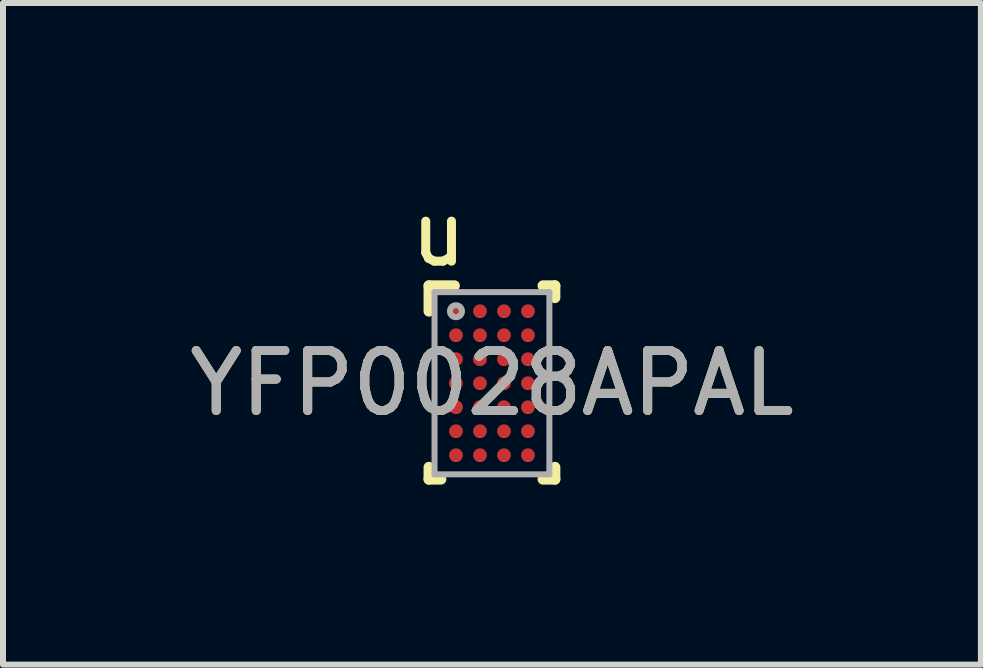
<source format=kicad_pcb>
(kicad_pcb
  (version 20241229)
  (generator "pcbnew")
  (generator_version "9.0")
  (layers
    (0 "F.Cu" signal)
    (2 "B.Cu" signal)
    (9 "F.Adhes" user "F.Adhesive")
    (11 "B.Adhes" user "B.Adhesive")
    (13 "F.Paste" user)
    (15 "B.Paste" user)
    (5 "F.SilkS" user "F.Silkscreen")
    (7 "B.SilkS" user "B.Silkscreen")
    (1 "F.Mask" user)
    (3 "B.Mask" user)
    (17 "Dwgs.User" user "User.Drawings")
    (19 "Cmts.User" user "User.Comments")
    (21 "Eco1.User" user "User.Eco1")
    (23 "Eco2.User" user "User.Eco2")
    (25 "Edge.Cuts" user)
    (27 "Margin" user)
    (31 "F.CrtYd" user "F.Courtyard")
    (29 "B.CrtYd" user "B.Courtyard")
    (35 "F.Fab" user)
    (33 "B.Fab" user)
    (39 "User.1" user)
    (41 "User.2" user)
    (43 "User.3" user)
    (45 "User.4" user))
  (footprint "YFP0028APAL"
    (layer "F.Cu")
    (at 5.149 3.337)
    (property "Reference" "YFP0028APAL" (at 0 0 0) (unlocked yes) (layer "F.SilkS") (effects (font (size 1 1) (thickness 0.15))))
    (attr smd)
    (fp_line (start -1.05 -1.625) (end -0.625 -1.625) (stroke (width 0.18) (type solid)) (layer "F.SilkS"))
    (fp_line (start -1.05 -1.2) (end -1.05 -1.625) (stroke (width 0.18) (type solid)) (layer "F.SilkS"))
    (fp_line (start -1.05 1.6) (end -1.05 1.4) (stroke (width 0.18) (type solid)) (layer "F.SilkS"))
    (fp_line (start -1.05 1.6) (end -0.85 1.6) (stroke (width 0.18) (type solid)) (layer "F.SilkS"))
    (fp_line (start 0.85 -1.625) (end 1.05 -1.625) (stroke (width 0.18) (type solid)) (layer "F.SilkS"))
    (fp_line (start 0.85 1.6) (end 1.05 1.6) (stroke (width 0.18) (type solid)) (layer "F.SilkS"))
    (fp_line (start 1.05 -1.425) (end 1.05 -1.625) (stroke (width 0.18) (type solid)) (layer "F.SilkS"))
    (fp_line (start 1.05 1.6) (end 1.05 1.4) (stroke (width 0.18) (type solid)) (layer "F.SilkS"))
    (fp_circle (center -0.675 0.725) (end -0.65 0.725) (stroke (width 0.05) (type solid)) (fill no) (layer "F.Paste"))
    (fp_circle (center -0.675 0.875) (end -0.65 0.875) (stroke (width 0.05) (type solid)) (fill no) (layer "F.Paste"))
    (fp_circle (center -0.675 1.125) (end -0.65 1.125) (stroke (width 0.05) (type solid)) (fill no) (layer "F.Paste"))
    (fp_circle (center -0.675 1.275) (end -0.65 1.275) (stroke (width 0.05) (type solid)) (fill no) (layer "F.Paste"))
    (fp_circle (center -0.675 -1.275) (end -0.65 -1.275) (stroke (width 0.05) (type solid)) (fill no) (layer "F.Paste"))
    (fp_circle (center -0.675 -1.125) (end -0.65 -1.125) (stroke (width 0.05) (type solid)) (fill no) (layer "F.Paste"))
    (fp_circle (center -0.675 -0.875) (end -0.65 -0.875) (stroke (width 0.05) (type solid)) (fill no) (layer "F.Paste"))
    (fp_circle (center -0.675 -0.725) (end -0.65 -0.725) (stroke (width 0.05) (type solid)) (fill no) (layer "F.Paste"))
    (fp_circle (center -0.675 -0.475) (end -0.65 -0.475) (stroke (width 0.05) (type solid)) (fill no) (layer "F.Paste"))
    (fp_circle (center -0.675 -0.325) (end -0.65 -0.325) (stroke (width 0.05) (type solid)) (fill no) (layer "F.Paste"))
    (fp_circle (center -0.675 -0.075) (end -0.65 -0.075) (stroke (width 0.05) (type solid)) (fill no) (layer "F.Paste"))
    (fp_circle (center -0.675 0.075) (end -0.65 0.075) (stroke (width 0.05) (type solid)) (fill no) (layer "F.Paste"))
    (fp_circle (center -0.675 0.325) (end -0.65 0.325) (stroke (width 0.05) (type solid)) (fill no) (layer "F.Paste"))
    (fp_circle (center -0.675 0.475) (end -0.65 0.475) (stroke (width 0.05) (type solid)) (fill no) (layer "F.Paste"))
    (fp_circle (center -0.525 0.725) (end -0.5 0.725) (stroke (width 0.05) (type solid)) (fill no) (layer "F.Paste"))
    (fp_circle (center -0.525 0.875) (end -0.5 0.875) (stroke (width 0.05) (type solid)) (fill no) (layer "F.Paste"))
    (fp_circle (center -0.525 1.125) (end -0.5 1.125) (stroke (width 0.05) (type solid)) (fill no) (layer "F.Paste"))
    (fp_circle (center -0.525 1.275) (end -0.5 1.275) (stroke (width 0.05) (type solid)) (fill no) (layer "F.Paste"))
    (fp_circle (center -0.525 -1.275) (end -0.5 -1.275) (stroke (width 0.05) (type solid)) (fill no) (layer "F.Paste"))
    (fp_circle (center -0.525 -1.125) (end -0.5 -1.125) (stroke (width 0.05) (type solid)) (fill no) (layer "F.Paste"))
    (fp_circle (center -0.525 -0.875) (end -0.5 -0.875) (stroke (width 0.05) (type solid)) (fill no) (layer "F.Paste"))
    (fp_circle (center -0.525 -0.725) (end -0.5 -0.725) (stroke (width 0.05) (type solid)) (fill no) (layer "F.Paste"))
    (fp_circle (center -0.525 -0.475) (end -0.5 -0.475) (stroke (width 0.05) (type solid)) (fill no) (layer "F.Paste"))
    (fp_circle (center -0.525 -0.325) (end -0.5 -0.325) (stroke (width 0.05) (type solid)) (fill no) (layer "F.Paste"))
    (fp_circle (center -0.525 -0.075) (end -0.5 -0.075) (stroke (width 0.05) (type solid)) (fill no) (layer "F.Paste"))
    (fp_circle (center -0.525 0.075) (end -0.5 0.075) (stroke (width 0.05) (type solid)) (fill no) (layer "F.Paste"))
    (fp_circle (center -0.525 0.325) (end -0.5 0.325) (stroke (width 0.05) (type solid)) (fill no) (layer "F.Paste"))
    (fp_circle (center -0.525 0.475) (end -0.5 0.475) (stroke (width 0.05) (type solid)) (fill no) (layer "F.Paste"))
    (fp_circle (center -0.275 0.725) (end -0.25 0.725) (stroke (width 0.05) (type solid)) (fill no) (layer "F.Paste"))
    (fp_circle (center -0.275 0.875) (end -0.25 0.875) (stroke (width 0.05) (type solid)) (fill no) (layer "F.Paste"))
    (fp_circle (center -0.275 1.125) (end -0.25 1.125) (stroke (width 0.05) (type solid)) (fill no) (layer "F.Paste"))
    (fp_circle (center -0.275 1.275) (end -0.25 1.275) (stroke (width 0.05) (type solid)) (fill no) (layer "F.Paste"))
    (fp_circle (center -0.275 -1.275) (end -0.25 -1.275) (stroke (width 0.05) (type solid)) (fill no) (layer "F.Paste"))
    (fp_circle (center -0.275 -1.125) (end -0.25 -1.125) (stroke (width 0.05) (type solid)) (fill no) (layer "F.Paste"))
    (fp_circle (center -0.275 -0.875) (end -0.25 -0.875) (stroke (width 0.05) (type solid)) (fill no) (layer "F.Paste"))
    (fp_circle (center -0.275 -0.725) (end -0.25 -0.725) (stroke (width 0.05) (type solid)) (fill no) (layer "F.Paste"))
    (fp_circle (center -0.275 -0.475) (end -0.25 -0.475) (stroke (width 0.05) (type solid)) (fill no) (layer "F.Paste"))
    (fp_circle (center -0.275 -0.325) (end -0.25 -0.325) (stroke (width 0.05) (type solid)) (fill no) (layer "F.Paste"))
    (fp_circle (center -0.275 -0.075) (end -0.25 -0.075) (stroke (width 0.05) (type solid)) (fill no) (layer "F.Paste"))
    (fp_circle (center -0.275 0.075) (end -0.25 0.075) (stroke (width 0.05) (type solid)) (fill no) (layer "F.Paste"))
    (fp_circle (center -0.275 0.325) (end -0.25 0.325) (stroke (width 0.05) (type solid)) (fill no) (layer "F.Paste"))
    (fp_circle (center -0.275 0.475) (end -0.25 0.475) (stroke (width 0.05) (type solid)) (fill no) (layer "F.Paste"))
    (fp_circle (center -0.125 0.725) (end -0.1 0.725) (stroke (width 0.05) (type solid)) (fill no) (layer "F.Paste"))
    (fp_circle (center -0.125 0.875) (end -0.1 0.875) (stroke (width 0.05) (type solid)) (fill no) (layer "F.Paste"))
    (fp_circle (center -0.125 1.125) (end -0.1 1.125) (stroke (width 0.05) (type solid)) (fill no) (layer "F.Paste"))
    (fp_circle (center -0.125 1.275) (end -0.1 1.275) (stroke (width 0.05) (type solid)) (fill no) (layer "F.Paste"))
    (fp_circle (center -0.125 -1.275) (end -0.1 -1.275) (stroke (width 0.05) (type solid)) (fill no) (layer "F.Paste"))
    (fp_circle (center -0.125 -1.125) (end -0.1 -1.125) (stroke (width 0.05) (type solid)) (fill no) (layer "F.Paste"))
    (fp_circle (center -0.125 -0.875) (end -0.1 -0.875) (stroke (width 0.05) (type solid)) (fill no) (layer "F.Paste"))
    (fp_circle (center -0.125 -0.725) (end -0.1 -0.725) (stroke (width 0.05) (type solid)) (fill no) (layer "F.Paste"))
    (fp_circle (center -0.125 -0.475) (end -0.1 -0.475) (stroke (width 0.05) (type solid)) (fill no) (layer "F.Paste"))
    (fp_circle (center -0.125 -0.325) (end -0.1 -0.325) (stroke (width 0.05) (type solid)) (fill no) (layer "F.Paste"))
    (fp_circle (center -0.125 -0.075) (end -0.1 -0.075) (stroke (width 0.05) (type solid)) (fill no) (layer "F.Paste"))
    (fp_circle (center -0.125 0.075) (end -0.1 0.075) (stroke (width 0.05) (type solid)) (fill no) (layer "F.Paste"))
    (fp_circle (center -0.125 0.325) (end -0.1 0.325) (stroke (width 0.05) (type solid)) (fill no) (layer "F.Paste"))
    (fp_circle (center -0.125 0.475) (end -0.1 0.475) (stroke (width 0.05) (type solid)) (fill no) (layer "F.Paste"))
    (fp_circle (center 0.125 0.725) (end 0.15 0.725) (stroke (width 0.05) (type solid)) (fill no) (layer "F.Paste"))
    (fp_circle (center 0.125 0.875) (end 0.15 0.875) (stroke (width 0.05) (type solid)) (fill no) (layer "F.Paste"))
    (fp_circle (center 0.125 1.125) (end 0.15 1.125) (stroke (width 0.05) (type solid)) (fill no) (layer "F.Paste"))
    (fp_circle (center 0.125 1.275) (end 0.15 1.275) (stroke (width 0.05) (type solid)) (fill no) (layer "F.Paste"))
    (fp_circle (center 0.125 -1.275) (end 0.15 -1.275) (stroke (width 0.05) (type solid)) (fill no) (layer "F.Paste"))
    (fp_circle (center 0.125 -1.125) (end 0.15 -1.125) (stroke (width 0.05) (type solid)) (fill no) (layer "F.Paste"))
    (fp_circle (center 0.125 -0.875) (end 0.15 -0.875) (stroke (width 0.05) (type solid)) (fill no) (layer "F.Paste"))
    (fp_circle (center 0.125 -0.725) (end 0.15 -0.725) (stroke (width 0.05) (type solid)) (fill no) (layer "F.Paste"))
    (fp_circle (center 0.125 -0.475) (end 0.15 -0.475) (stroke (width 0.05) (type solid)) (fill no) (layer "F.Paste"))
    (fp_circle (center 0.125 -0.325) (end 0.15 -0.325) (stroke (width 0.05) (type solid)) (fill no) (layer "F.Paste"))
    (fp_circle (center 0.125 -0.075) (end 0.15 -0.075) (stroke (width 0.05) (type solid)) (fill no) (layer "F.Paste"))
    (fp_circle (center 0.125 0.075) (end 0.15 0.075) (stroke (width 0.05) (type solid)) (fill no) (layer "F.Paste"))
    (fp_circle (center 0.125 0.325) (end 0.15 0.325) (stroke (width 0.05) (type solid)) (fill no) (layer "F.Paste"))
    (fp_circle (center 0.125 0.475) (end 0.15 0.475) (stroke (width 0.05) (type solid)) (fill no) (layer "F.Paste"))
    (fp_circle (center 0.275 0.725) (end 0.3 0.725) (stroke (width 0.05) (type solid)) (fill no) (layer "F.Paste"))
    (fp_circle (center 0.275 0.875) (end 0.3 0.875) (stroke (width 0.05) (type solid)) (fill no) (layer "F.Paste"))
    (fp_circle (center 0.275 1.125) (end 0.3 1.125) (stroke (width 0.05) (type solid)) (fill no) (layer "F.Paste"))
    (fp_circle (center 0.275 1.275) (end 0.3 1.275) (stroke (width 0.05) (type solid)) (fill no) (layer "F.Paste"))
    (fp_circle (center 0.275 -1.275) (end 0.3 -1.275) (stroke (width 0.05) (type solid)) (fill no) (layer "F.Paste"))
    (fp_circle (center 0.275 -1.125) (end 0.3 -1.125) (stroke (width 0.05) (type solid)) (fill no) (layer "F.Paste"))
    (fp_circle (center 0.275 -0.875) (end 0.3 -0.875) (stroke (width 0.05) (type solid)) (fill no) (layer "F.Paste"))
    (fp_circle (center 0.275 -0.725) (end 0.3 -0.725) (stroke (width 0.05) (type solid)) (fill no) (layer "F.Paste"))
    (fp_circle (center 0.275 -0.475) (end 0.3 -0.475) (stroke (width 0.05) (type solid)) (fill no) (layer "F.Paste"))
    (fp_circle (center 0.275 -0.325) (end 0.3 -0.325) (stroke (width 0.05) (type solid)) (fill no) (layer "F.Paste"))
    (fp_circle (center 0.275 -0.075) (end 0.3 -0.075) (stroke (width 0.05) (type solid)) (fill no) (layer "F.Paste"))
    (fp_circle (center 0.275 0.075) (end 0.3 0.075) (stroke (width 0.05) (type solid)) (fill no) (layer "F.Paste"))
    (fp_circle (center 0.275 0.325) (end 0.3 0.325) (stroke (width 0.05) (type solid)) (fill no) (layer "F.Paste"))
    (fp_circle (center 0.275 0.475) (end 0.3 0.475) (stroke (width 0.05) (type solid)) (fill no) (layer "F.Paste"))
    (fp_circle (center 0.525 0.725) (end 0.55 0.725) (stroke (width 0.05) (type solid)) (fill no) (layer "F.Paste"))
    (fp_circle (center 0.525 0.875) (end 0.55 0.875) (stroke (width 0.05) (type solid)) (fill no) (layer "F.Paste"))
    (fp_circle (center 0.525 1.125) (end 0.55 1.125) (stroke (width 0.05) (type solid)) (fill no) (layer "F.Paste"))
    (fp_circle (center 0.525 1.275) (end 0.55 1.275) (stroke (width 0.05) (type solid)) (fill no) (layer "F.Paste"))
    (fp_circle (center 0.525 -1.275) (end 0.55 -1.275) (stroke (width 0.05) (type solid)) (fill no) (layer "F.Paste"))
    (fp_circle (center 0.525 -1.125) (end 0.55 -1.125) (stroke (width 0.05) (type solid)) (fill no) (layer "F.Paste"))
    (fp_circle (center 0.525 -0.875) (end 0.55 -0.875) (stroke (width 0.05) (type solid)) (fill no) (layer "F.Paste"))
    (fp_circle (center 0.525 -0.725) (end 0.55 -0.725) (stroke (width 0.05) (type solid)) (fill no) (layer "F.Paste"))
    (fp_circle (center 0.525 -0.475) (end 0.55 -0.475) (stroke (width 0.05) (type solid)) (fill no) (layer "F.Paste"))
    (fp_circle (center 0.525 -0.325) (end 0.55 -0.325) (stroke (width 0.05) (type solid)) (fill no) (layer "F.Paste"))
    (fp_circle (center 0.525 -0.075) (end 0.55 -0.075) (stroke (width 0.05) (type solid)) (fill no) (layer "F.Paste"))
    (fp_circle (center 0.525 0.075) (end 0.55 0.075) (stroke (width 0.05) (type solid)) (fill no) (layer "F.Paste"))
    (fp_circle (center 0.525 0.325) (end 0.55 0.325) (stroke (width 0.05) (type solid)) (fill no) (layer "F.Paste"))
    (fp_circle (center 0.525 0.475) (end 0.55 0.475) (stroke (width 0.05) (type solid)) (fill no) (layer "F.Paste"))
    (fp_circle (center 0.675 0.725) (end 0.7 0.725) (stroke (width 0.05) (type solid)) (fill no) (layer "F.Paste"))
    (fp_circle (center 0.675 0.875) (end 0.7 0.875) (stroke (width 0.05) (type solid)) (fill no) (layer "F.Paste"))
    (fp_circle (center 0.675 1.125) (end 0.7 1.125) (stroke (width 0.05) (type solid)) (fill no) (layer "F.Paste"))
    (fp_circle (center 0.675 1.275) (end 0.7 1.275) (stroke (width 0.05) (type solid)) (fill no) (layer "F.Paste"))
    (fp_circle (center 0.675 -1.275) (end 0.7 -1.275) (stroke (width 0.05) (type solid)) (fill no) (layer "F.Paste"))
    (fp_circle (center 0.675 -1.125) (end 0.7 -1.125) (stroke (width 0.05) (type solid)) (fill no) (layer "F.Paste"))
    (fp_circle (center 0.675 -0.875) (end 0.7 -0.875) (stroke (width 0.05) (type solid)) (fill no) (layer "F.Paste"))
    (fp_circle (center 0.675 -0.725) (end 0.7 -0.725) (stroke (width 0.05) (type solid)) (fill no) (layer "F.Paste"))
    (fp_circle (center 0.675 -0.475) (end 0.7 -0.475) (stroke (width 0.05) (type solid)) (fill no) (layer "F.Paste"))
    (fp_circle (center 0.675 -0.325) (end 0.7 -0.325) (stroke (width 0.05) (type solid)) (fill no) (layer "F.Paste"))
    (fp_circle (center 0.675 -0.075) (end 0.7 -0.075) (stroke (width 0.05) (type solid)) (fill no) (layer "F.Paste"))
    (fp_circle (center 0.675 0.075) (end 0.7 0.075) (stroke (width 0.05) (type solid)) (fill no) (layer "F.Paste"))
    (fp_circle (center 0.675 0.325) (end 0.7 0.325) (stroke (width 0.05) (type solid)) (fill no) (layer "F.Paste"))
    (fp_circle (center 0.675 0.475) (end 0.7 0.475) (stroke (width 0.05) (type solid)) (fill no) (layer "F.Paste"))
    (fp_poly (pts (xy -0.725 0.725) (xy -0.725 0.875) (xy -0.675 0.875) (xy -0.675 0.725)) (stroke (width 0) (type solid)) (fill yes) (layer "F.Paste"))
    (fp_poly (pts (xy -0.725 1.125) (xy -0.725 1.275) (xy -0.675 1.275) (xy -0.675 1.125)) (stroke (width 0) (type solid)) (fill yes) (layer "F.Paste"))
    (fp_poly (pts (xy -0.725 -1.275) (xy -0.725 -1.125) (xy -0.675 -1.125) (xy -0.675 -1.275)) (stroke (width 0) (type solid)) (fill yes) (layer "F.Paste"))
    (fp_poly (pts (xy -0.725 -0.875) (xy -0.725 -0.725) (xy -0.675 -0.725) (xy -0.675 -0.875)) (stroke (width 0) (type solid)) (fill yes) (layer "F.Paste"))
    (fp_poly (pts (xy -0.725 -0.475) (xy -0.725 -0.325) (xy -0.675 -0.325) (xy -0.675 -0.475)) (stroke (width 0) (type solid)) (fill yes) (layer "F.Paste"))
    (fp_poly (pts (xy -0.725 -0.075) (xy -0.725 0.075) (xy -0.675 0.075) (xy -0.675 -0.075)) (stroke (width 0) (type solid)) (fill yes) (layer "F.Paste"))
    (fp_poly (pts (xy -0.725 0.325) (xy -0.725 0.475) (xy -0.675 0.475) (xy -0.675 0.325)) (stroke (width 0) (type solid)) (fill yes) (layer "F.Paste"))
    (fp_poly (pts (xy -0.675 0.725) (xy -0.675 0.875) (xy -0.525 0.875) (xy -0.525 0.725)) (stroke (width 0) (type solid)) (fill yes) (layer "F.Paste"))
    (fp_poly (pts (xy -0.675 0.925) (xy -0.525 0.925) (xy -0.525 0.875) (xy -0.675 0.875)) (stroke (width 0) (type solid)) (fill yes) (layer "F.Paste"))
    (fp_poly (pts (xy -0.675 1.125) (xy -0.675 1.275) (xy -0.525 1.275) (xy -0.525 1.125)) (stroke (width 0) (type solid)) (fill yes) (layer "F.Paste"))
    (fp_poly (pts (xy -0.675 1.325) (xy -0.525 1.325) (xy -0.525 1.275) (xy -0.675 1.275)) (stroke (width 0) (type solid)) (fill yes) (layer "F.Paste"))
    (fp_poly (pts (xy -0.675 -1.275) (xy -0.675 -1.125) (xy -0.525 -1.125) (xy -0.525 -1.275)) (stroke (width 0) (type solid)) (fill yes) (layer "F.Paste"))
    (fp_poly (pts (xy -0.675 -1.075) (xy -0.525 -1.075) (xy -0.525 -1.125) (xy -0.675 -1.125)) (stroke (width 0) (type solid)) (fill yes) (layer "F.Paste"))
    (fp_poly (pts (xy -0.675 -0.875) (xy -0.675 -0.725) (xy -0.525 -0.725) (xy -0.525 -0.875)) (stroke (width 0) (type solid)) (fill yes) (layer "F.Paste"))
    (fp_poly (pts (xy -0.675 -0.675) (xy -0.525 -0.675) (xy -0.525 -0.725) (xy -0.675 -0.725)) (stroke (width 0) (type solid)) (fill yes) (layer "F.Paste"))
    (fp_poly (pts (xy -0.675 -0.475) (xy -0.675 -0.325) (xy -0.525 -0.325) (xy -0.525 -0.475)) (stroke (width 0) (type solid)) (fill yes) (layer "F.Paste"))
    (fp_poly (pts (xy -0.675 -0.275) (xy -0.525 -0.275) (xy -0.525 -0.325) (xy -0.675 -0.325)) (stroke (width 0) (type solid)) (fill yes) (layer "F.Paste"))
    (fp_poly (pts (xy -0.675 -0.075) (xy -0.675 0.075) (xy -0.525 0.075) (xy -0.525 -0.075)) (stroke (width 0) (type solid)) (fill yes) (layer "F.Paste"))
    (fp_poly (pts (xy -0.675 0.125) (xy -0.525 0.125) (xy -0.525 0.075) (xy -0.675 0.075)) (stroke (width 0) (type solid)) (fill yes) (layer "F.Paste"))
    (fp_poly (pts (xy -0.675 0.325) (xy -0.675 0.475) (xy -0.525 0.475) (xy -0.525 0.325)) (stroke (width 0) (type solid)) (fill yes) (layer "F.Paste"))
    (fp_poly (pts (xy -0.675 0.525) (xy -0.525 0.525) (xy -0.525 0.475) (xy -0.675 0.475)) (stroke (width 0) (type solid)) (fill yes) (layer "F.Paste"))
    (fp_poly (pts (xy -0.525 0.675) (xy -0.675 0.675) (xy -0.675 0.725) (xy -0.525 0.725)) (stroke (width 0) (type solid)) (fill yes) (layer "F.Paste"))
    (fp_poly (pts (xy -0.525 1.075) (xy -0.675 1.075) (xy -0.675 1.125) (xy -0.525 1.125)) (stroke (width 0) (type solid)) (fill yes) (layer "F.Paste"))
    (fp_poly (pts (xy -0.525 -1.325) (xy -0.675 -1.325) (xy -0.675 -1.275) (xy -0.525 -1.275)) (stroke (width 0) (type solid)) (fill yes) (layer "F.Paste"))
    (fp_poly (pts (xy -0.525 -0.925) (xy -0.675 -0.925) (xy -0.675 -0.875) (xy -0.525 -0.875)) (stroke (width 0) (type solid)) (fill yes) (layer "F.Paste"))
    (fp_poly (pts (xy -0.525 -0.525) (xy -0.675 -0.525) (xy -0.675 -0.475) (xy -0.525 -0.475)) (stroke (width 0) (type solid)) (fill yes) (layer "F.Paste"))
    (fp_poly (pts (xy -0.525 -0.125) (xy -0.675 -0.125) (xy -0.675 -0.075) (xy -0.525 -0.075)) (stroke (width 0) (type solid)) (fill yes) (layer "F.Paste"))
    (fp_poly (pts (xy -0.525 0.275) (xy -0.675 0.275) (xy -0.675 0.325) (xy -0.525 0.325)) (stroke (width 0) (type solid)) (fill yes) (layer "F.Paste"))
    (fp_poly (pts (xy -0.475 0.875) (xy -0.475 0.725) (xy -0.525 0.725) (xy -0.525 0.875)) (stroke (width 0) (type solid)) (fill yes) (layer "F.Paste"))
    (fp_poly (pts (xy -0.475 1.275) (xy -0.475 1.125) (xy -0.525 1.125) (xy -0.525 1.275)) (stroke (width 0) (type solid)) (fill yes) (layer "F.Paste"))
    (fp_poly (pts (xy -0.475 -1.125) (xy -0.475 -1.275) (xy -0.525 -1.275) (xy -0.525 -1.125)) (stroke (width 0) (type solid)) (fill yes) (layer "F.Paste"))
    (fp_poly (pts (xy -0.475 -0.725) (xy -0.475 -0.875) (xy -0.525 -0.875) (xy -0.525 -0.725)) (stroke (width 0) (type solid)) (fill yes) (layer "F.Paste"))
    (fp_poly (pts (xy -0.475 -0.325) (xy -0.475 -0.475) (xy -0.525 -0.475) (xy -0.525 -0.325)) (stroke (width 0) (type solid)) (fill yes) (layer "F.Paste"))
    (fp_poly (pts (xy -0.475 0.075) (xy -0.475 -0.075) (xy -0.525 -0.075) (xy -0.525 0.075)) (stroke (width 0) (type solid)) (fill yes) (layer "F.Paste"))
    (fp_poly (pts (xy -0.475 0.475) (xy -0.475 0.325) (xy -0.525 0.325) (xy -0.525 0.475)) (stroke (width 0) (type solid)) (fill yes) (layer "F.Paste"))
    (fp_poly (pts (xy -0.325 0.725) (xy -0.325 0.875) (xy -0.275 0.875) (xy -0.275 0.725)) (stroke (width 0) (type solid)) (fill yes) (layer "F.Paste"))
    (fp_poly (pts (xy -0.325 1.125) (xy -0.325 1.275) (xy -0.275 1.275) (xy -0.275 1.125)) (stroke (width 0) (type solid)) (fill yes) (layer "F.Paste"))
    (fp_poly (pts (xy -0.325 -1.275) (xy -0.325 -1.125) (xy -0.275 -1.125) (xy -0.275 -1.275)) (stroke (width 0) (type solid)) (fill yes) (layer "F.Paste"))
    (fp_poly (pts (xy -0.325 -0.875) (xy -0.325 -0.725) (xy -0.275 -0.725) (xy -0.275 -0.875)) (stroke (width 0) (type solid)) (fill yes) (layer "F.Paste"))
    (fp_poly (pts (xy -0.325 -0.475) (xy -0.325 -0.325) (xy -0.275 -0.325) (xy -0.275 -0.475)) (stroke (width 0) (type solid)) (fill yes) (layer "F.Paste"))
    (fp_poly (pts (xy -0.325 -0.075) (xy -0.325 0.075) (xy -0.275 0.075) (xy -0.275 -0.075)) (stroke (width 0) (type solid)) (fill yes) (layer "F.Paste"))
    (fp_poly (pts (xy -0.325 0.325) (xy -0.325 0.475) (xy -0.275 0.475) (xy -0.275 0.325)) (stroke (width 0) (type solid)) (fill yes) (layer "F.Paste"))
    (fp_poly (pts (xy -0.275 0.725) (xy -0.275 0.875) (xy -0.125 0.875) (xy -0.125 0.725)) (stroke (width 0) (type solid)) (fill yes) (layer "F.Paste"))
    (fp_poly (pts (xy -0.275 0.925) (xy -0.125 0.925) (xy -0.125 0.875) (xy -0.275 0.875)) (stroke (width 0) (type solid)) (fill yes) (layer "F.Paste"))
    (fp_poly (pts (xy -0.275 1.125) (xy -0.275 1.275) (xy -0.125 1.275) (xy -0.125 1.125)) (stroke (width 0) (type solid)) (fill yes) (layer "F.Paste"))
    (fp_poly (pts (xy -0.275 1.325) (xy -0.125 1.325) (xy -0.125 1.275) (xy -0.275 1.275)) (stroke (width 0) (type solid)) (fill yes) (layer "F.Paste"))
    (fp_poly (pts (xy -0.275 -1.275) (xy -0.275 -1.125) (xy -0.125 -1.125) (xy -0.125 -1.275)) (stroke (width 0) (type solid)) (fill yes) (layer "F.Paste"))
    (fp_poly (pts (xy -0.275 -1.075) (xy -0.125 -1.075) (xy -0.125 -1.125) (xy -0.275 -1.125)) (stroke (width 0) (type solid)) (fill yes) (layer "F.Paste"))
    (fp_poly (pts (xy -0.275 -0.875) (xy -0.275 -0.725) (xy -0.125 -0.725) (xy -0.125 -0.875)) (stroke (width 0) (type solid)) (fill yes) (layer "F.Paste"))
    (fp_poly (pts (xy -0.275 -0.675) (xy -0.125 -0.675) (xy -0.125 -0.725) (xy -0.275 -0.725)) (stroke (width 0) (type solid)) (fill yes) (layer "F.Paste"))
    (fp_poly (pts (xy -0.275 -0.475) (xy -0.275 -0.325) (xy -0.125 -0.325) (xy -0.125 -0.475)) (stroke (width 0) (type solid)) (fill yes) (layer "F.Paste"))
    (fp_poly (pts (xy -0.275 -0.275) (xy -0.125 -0.275) (xy -0.125 -0.325) (xy -0.275 -0.325)) (stroke (width 0) (type solid)) (fill yes) (layer "F.Paste"))
    (fp_poly (pts (xy -0.275 -0.075) (xy -0.275 0.075) (xy -0.125 0.075) (xy -0.125 -0.075)) (stroke (width 0) (type solid)) (fill yes) (layer "F.Paste"))
    (fp_poly (pts (xy -0.275 0.125) (xy -0.125 0.125) (xy -0.125 0.075) (xy -0.275 0.075)) (stroke (width 0) (type solid)) (fill yes) (layer "F.Paste"))
    (fp_poly (pts (xy -0.275 0.325) (xy -0.275 0.475) (xy -0.125 0.475) (xy -0.125 0.325)) (stroke (width 0) (type solid)) (fill yes) (layer "F.Paste"))
    (fp_poly (pts (xy -0.275 0.525) (xy -0.125 0.525) (xy -0.125 0.475) (xy -0.275 0.475)) (stroke (width 0) (type solid)) (fill yes) (layer "F.Paste"))
    (fp_poly (pts (xy -0.125 0.675) (xy -0.275 0.675) (xy -0.275 0.725) (xy -0.125 0.725)) (stroke (width 0) (type solid)) (fill yes) (layer "F.Paste"))
    (fp_poly (pts (xy -0.125 1.075) (xy -0.275 1.075) (xy -0.275 1.125) (xy -0.125 1.125)) (stroke (width 0) (type solid)) (fill yes) (layer "F.Paste"))
    (fp_poly (pts (xy -0.125 -1.325) (xy -0.275 -1.325) (xy -0.275 -1.275) (xy -0.125 -1.275)) (stroke (width 0) (type solid)) (fill yes) (layer "F.Paste"))
    (fp_poly (pts (xy -0.125 -0.925) (xy -0.275 -0.925) (xy -0.275 -0.875) (xy -0.125 -0.875)) (stroke (width 0) (type solid)) (fill yes) (layer "F.Paste"))
    (fp_poly (pts (xy -0.125 -0.525) (xy -0.275 -0.525) (xy -0.275 -0.475) (xy -0.125 -0.475)) (stroke (width 0) (type solid)) (fill yes) (layer "F.Paste"))
    (fp_poly (pts (xy -0.125 -0.125) (xy -0.275 -0.125) (xy -0.275 -0.075) (xy -0.125 -0.075)) (stroke (width 0) (type solid)) (fill yes) (layer "F.Paste"))
    (fp_poly (pts (xy -0.125 0.275) (xy -0.275 0.275) (xy -0.275 0.325) (xy -0.125 0.325)) (stroke (width 0) (type solid)) (fill yes) (layer "F.Paste"))
    (fp_poly (pts (xy -0.075 0.875) (xy -0.075 0.725) (xy -0.125 0.725) (xy -0.125 0.875)) (stroke (width 0) (type solid)) (fill yes) (layer "F.Paste"))
    (fp_poly (pts (xy -0.075 1.275) (xy -0.075 1.125) (xy -0.125 1.125) (xy -0.125 1.275)) (stroke (width 0) (type solid)) (fill yes) (layer "F.Paste"))
    (fp_poly (pts (xy -0.075 -1.125) (xy -0.075 -1.275) (xy -0.125 -1.275) (xy -0.125 -1.125)) (stroke (width 0) (type solid)) (fill yes) (layer "F.Paste"))
    (fp_poly (pts (xy -0.075 -0.725) (xy -0.075 -0.875) (xy -0.125 -0.875) (xy -0.125 -0.725)) (stroke (width 0) (type solid)) (fill yes) (layer "F.Paste"))
    (fp_poly (pts (xy -0.075 -0.325) (xy -0.075 -0.475) (xy -0.125 -0.475) (xy -0.125 -0.325)) (stroke (width 0) (type solid)) (fill yes) (layer "F.Paste"))
    (fp_poly (pts (xy -0.075 0.075) (xy -0.075 -0.075) (xy -0.125 -0.075) (xy -0.125 0.075)) (stroke (width 0) (type solid)) (fill yes) (layer "F.Paste"))
    (fp_poly (pts (xy -0.075 0.475) (xy -0.075 0.325) (xy -0.125 0.325) (xy -0.125 0.475)) (stroke (width 0) (type solid)) (fill yes) (layer "F.Paste"))
    (fp_poly (pts (xy 0.075 0.725) (xy 0.075 0.875) (xy 0.125 0.875) (xy 0.125 0.725)) (stroke (width 0) (type solid)) (fill yes) (layer "F.Paste"))
    (fp_poly (pts (xy 0.075 1.125) (xy 0.075 1.275) (xy 0.125 1.275) (xy 0.125 1.125)) (stroke (width 0) (type solid)) (fill yes) (layer "F.Paste"))
    (fp_poly (pts (xy 0.075 -1.275) (xy 0.075 -1.125) (xy 0.125 -1.125) (xy 0.125 -1.275)) (stroke (width 0) (type solid)) (fill yes) (layer "F.Paste"))
    (fp_poly (pts (xy 0.075 -0.875) (xy 0.075 -0.725) (xy 0.125 -0.725) (xy 0.125 -0.875)) (stroke (width 0) (type solid)) (fill yes) (layer "F.Paste"))
    (fp_poly (pts (xy 0.075 -0.475) (xy 0.075 -0.325) (xy 0.125 -0.325) (xy 0.125 -0.475)) (stroke (width 0) (type solid)) (fill yes) (layer "F.Paste"))
    (fp_poly (pts (xy 0.075 -0.075) (xy 0.075 0.075) (xy 0.125 0.075) (xy 0.125 -0.075)) (stroke (width 0) (type solid)) (fill yes) (layer "F.Paste"))
    (fp_poly (pts (xy 0.075 0.325) (xy 0.075 0.475) (xy 0.125 0.475) (xy 0.125 0.325)) (stroke (width 0) (type solid)) (fill yes) (layer "F.Paste"))
    (fp_poly (pts (xy 0.125 0.725) (xy 0.125 0.875) (xy 0.275 0.875) (xy 0.275 0.725)) (stroke (width 0) (type solid)) (fill yes) (layer "F.Paste"))
    (fp_poly (pts (xy 0.125 0.925) (xy 0.275 0.925) (xy 0.275 0.875) (xy 0.125 0.875)) (stroke (width 0) (type solid)) (fill yes) (layer "F.Paste"))
    (fp_poly (pts (xy 0.125 1.125) (xy 0.125 1.275) (xy 0.275 1.275) (xy 0.275 1.125)) (stroke (width 0) (type solid)) (fill yes) (layer "F.Paste"))
    (fp_poly (pts (xy 0.125 1.325) (xy 0.275 1.325) (xy 0.275 1.275) (xy 0.125 1.275)) (stroke (width 0) (type solid)) (fill yes) (layer "F.Paste"))
    (fp_poly (pts (xy 0.125 -1.275) (xy 0.125 -1.125) (xy 0.275 -1.125) (xy 0.275 -1.275)) (stroke (width 0) (type solid)) (fill yes) (layer "F.Paste"))
    (fp_poly (pts (xy 0.125 -1.075) (xy 0.275 -1.075) (xy 0.275 -1.125) (xy 0.125 -1.125)) (stroke (width 0) (type solid)) (fill yes) (layer "F.Paste"))
    (fp_poly (pts (xy 0.125 -0.875) (xy 0.125 -0.725) (xy 0.275 -0.725) (xy 0.275 -0.875)) (stroke (width 0) (type solid)) (fill yes) (layer "F.Paste"))
    (fp_poly (pts (xy 0.125 -0.675) (xy 0.275 -0.675) (xy 0.275 -0.725) (xy 0.125 -0.725)) (stroke (width 0) (type solid)) (fill yes) (layer "F.Paste"))
    (fp_poly (pts (xy 0.125 -0.475) (xy 0.125 -0.325) (xy 0.275 -0.325) (xy 0.275 -0.475)) (stroke (width 0) (type solid)) (fill yes) (layer "F.Paste"))
    (fp_poly (pts (xy 0.125 -0.275) (xy 0.275 -0.275) (xy 0.275 -0.325) (xy 0.125 -0.325)) (stroke (width 0) (type solid)) (fill yes) (layer "F.Paste"))
    (fp_poly (pts (xy 0.125 -0.075) (xy 0.125 0.075) (xy 0.275 0.075) (xy 0.275 -0.075)) (stroke (width 0) (type solid)) (fill yes) (layer "F.Paste"))
    (fp_poly (pts (xy 0.125 0.125) (xy 0.275 0.125) (xy 0.275 0.075) (xy 0.125 0.075)) (stroke (width 0) (type solid)) (fill yes) (layer "F.Paste"))
    (fp_poly (pts (xy 0.125 0.325) (xy 0.125 0.475) (xy 0.275 0.475) (xy 0.275 0.325)) (stroke (width 0) (type solid)) (fill yes) (layer "F.Paste"))
    (fp_poly (pts (xy 0.125 0.525) (xy 0.275 0.525) (xy 0.275 0.475) (xy 0.125 0.475)) (stroke (width 0) (type solid)) (fill yes) (layer "F.Paste"))
    (fp_poly (pts (xy 0.275 0.675) (xy 0.125 0.675) (xy 0.125 0.725) (xy 0.275 0.725)) (stroke (width 0) (type solid)) (fill yes) (layer "F.Paste"))
    (fp_poly (pts (xy 0.275 1.075) (xy 0.125 1.075) (xy 0.125 1.125) (xy 0.275 1.125)) (stroke (width 0) (type solid)) (fill yes) (layer "F.Paste"))
    (fp_poly (pts (xy 0.275 -1.325) (xy 0.125 -1.325) (xy 0.125 -1.275) (xy 0.275 -1.275)) (stroke (width 0) (type solid)) (fill yes) (layer "F.Paste"))
    (fp_poly (pts (xy 0.275 -0.925) (xy 0.125 -0.925) (xy 0.125 -0.875) (xy 0.275 -0.875)) (stroke (width 0) (type solid)) (fill yes) (layer "F.Paste"))
    (fp_poly (pts (xy 0.275 -0.525) (xy 0.125 -0.525) (xy 0.125 -0.475) (xy 0.275 -0.475)) (stroke (width 0) (type solid)) (fill yes) (layer "F.Paste"))
    (fp_poly (pts (xy 0.275 -0.125) (xy 0.125 -0.125) (xy 0.125 -0.075) (xy 0.275 -0.075)) (stroke (width 0) (type solid)) (fill yes) (layer "F.Paste"))
    (fp_poly (pts (xy 0.275 0.275) (xy 0.125 0.275) (xy 0.125 0.325) (xy 0.275 0.325)) (stroke (width 0) (type solid)) (fill yes) (layer "F.Paste"))
    (fp_poly (pts (xy 0.325 0.875) (xy 0.325 0.725) (xy 0.275 0.725) (xy 0.275 0.875)) (stroke (width 0) (type solid)) (fill yes) (layer "F.Paste"))
    (fp_poly (pts (xy 0.325 1.275) (xy 0.325 1.125) (xy 0.275 1.125) (xy 0.275 1.275)) (stroke (width 0) (type solid)) (fill yes) (layer "F.Paste"))
    (fp_poly (pts (xy 0.325 -1.125) (xy 0.325 -1.275) (xy 0.275 -1.275) (xy 0.275 -1.125)) (stroke (width 0) (type solid)) (fill yes) (layer "F.Paste"))
    (fp_poly (pts (xy 0.325 -0.725) (xy 0.325 -0.875) (xy 0.275 -0.875) (xy 0.275 -0.725)) (stroke (width 0) (type solid)) (fill yes) (layer "F.Paste"))
    (fp_poly (pts (xy 0.325 -0.325) (xy 0.325 -0.475) (xy 0.275 -0.475) (xy 0.275 -0.325)) (stroke (width 0) (type solid)) (fill yes) (layer "F.Paste"))
    (fp_poly (pts (xy 0.325 0.075) (xy 0.325 -0.075) (xy 0.275 -0.075) (xy 0.275 0.075)) (stroke (width 0) (type solid)) (fill yes) (layer "F.Paste"))
    (fp_poly (pts (xy 0.325 0.475) (xy 0.325 0.325) (xy 0.275 0.325) (xy 0.275 0.475)) (stroke (width 0) (type solid)) (fill yes) (layer "F.Paste"))
    (fp_poly (pts (xy 0.475 0.725) (xy 0.475 0.875) (xy 0.525 0.875) (xy 0.525 0.725)) (stroke (width 0) (type solid)) (fill yes) (layer "F.Paste"))
    (fp_poly (pts (xy 0.475 1.125) (xy 0.475 1.275) (xy 0.525 1.275) (xy 0.525 1.125)) (stroke (width 0) (type solid)) (fill yes) (layer "F.Paste"))
    (fp_poly (pts (xy 0.475 -1.275) (xy 0.475 -1.125) (xy 0.525 -1.125) (xy 0.525 -1.275)) (stroke (width 0) (type solid)) (fill yes) (layer "F.Paste"))
    (fp_poly (pts (xy 0.475 -0.875) (xy 0.475 -0.725) (xy 0.525 -0.725) (xy 0.525 -0.875)) (stroke (width 0) (type solid)) (fill yes) (layer "F.Paste"))
    (fp_poly (pts (xy 0.475 -0.475) (xy 0.475 -0.325) (xy 0.525 -0.325) (xy 0.525 -0.475)) (stroke (width 0) (type solid)) (fill yes) (layer "F.Paste"))
    (fp_poly (pts (xy 0.475 -0.075) (xy 0.475 0.075) (xy 0.525 0.075) (xy 0.525 -0.075)) (stroke (width 0) (type solid)) (fill yes) (layer "F.Paste"))
    (fp_poly (pts (xy 0.475 0.325) (xy 0.475 0.475) (xy 0.525 0.475) (xy 0.525 0.325)) (stroke (width 0) (type solid)) (fill yes) (layer "F.Paste"))
    (fp_poly (pts (xy 0.525 0.725) (xy 0.525 0.875) (xy 0.675 0.875) (xy 0.675 0.725)) (stroke (width 0) (type solid)) (fill yes) (layer "F.Paste"))
    (fp_poly (pts (xy 0.525 0.925) (xy 0.675 0.925) (xy 0.675 0.875) (xy 0.525 0.875)) (stroke (width 0) (type solid)) (fill yes) (layer "F.Paste"))
    (fp_poly (pts (xy 0.525 1.125) (xy 0.525 1.275) (xy 0.675 1.275) (xy 0.675 1.125)) (stroke (width 0) (type solid)) (fill yes) (layer "F.Paste"))
    (fp_poly (pts (xy 0.525 1.325) (xy 0.675 1.325) (xy 0.675 1.275) (xy 0.525 1.275)) (stroke (width 0) (type solid)) (fill yes) (layer "F.Paste"))
    (fp_poly (pts (xy 0.525 -1.275) (xy 0.525 -1.125) (xy 0.675 -1.125) (xy 0.675 -1.275)) (stroke (width 0) (type solid)) (fill yes) (layer "F.Paste"))
    (fp_poly (pts (xy 0.525 -1.075) (xy 0.675 -1.075) (xy 0.675 -1.125) (xy 0.525 -1.125)) (stroke (width 0) (type solid)) (fill yes) (layer "F.Paste"))
    (fp_poly (pts (xy 0.525 -0.875) (xy 0.525 -0.725) (xy 0.675 -0.725) (xy 0.675 -0.875)) (stroke (width 0) (type solid)) (fill yes) (layer "F.Paste"))
    (fp_poly (pts (xy 0.525 -0.675) (xy 0.675 -0.675) (xy 0.675 -0.725) (xy 0.525 -0.725)) (stroke (width 0) (type solid)) (fill yes) (layer "F.Paste"))
    (fp_poly (pts (xy 0.525 -0.475) (xy 0.525 -0.325) (xy 0.675 -0.325) (xy 0.675 -0.475)) (stroke (width 0) (type solid)) (fill yes) (layer "F.Paste"))
    (fp_poly (pts (xy 0.525 -0.275) (xy 0.675 -0.275) (xy 0.675 -0.325) (xy 0.525 -0.325)) (stroke (width 0) (type solid)) (fill yes) (layer "F.Paste"))
    (fp_poly (pts (xy 0.525 -0.075) (xy 0.525 0.075) (xy 0.675 0.075) (xy 0.675 -0.075)) (stroke (width 0) (type solid)) (fill yes) (layer "F.Paste"))
    (fp_poly (pts (xy 0.525 0.125) (xy 0.675 0.125) (xy 0.675 0.075) (xy 0.525 0.075)) (stroke (width 0) (type solid)) (fill yes) (layer "F.Paste"))
    (fp_poly (pts (xy 0.525 0.325) (xy 0.525 0.475) (xy 0.675 0.475) (xy 0.675 0.325)) (stroke (width 0) (type solid)) (fill yes) (layer "F.Paste"))
    (fp_poly (pts (xy 0.525 0.525) (xy 0.675 0.525) (xy 0.675 0.475) (xy 0.525 0.475)) (stroke (width 0) (type solid)) (fill yes) (layer "F.Paste"))
    (fp_poly (pts (xy 0.675 0.675) (xy 0.525 0.675) (xy 0.525 0.725) (xy 0.675 0.725)) (stroke (width 0) (type solid)) (fill yes) (layer "F.Paste"))
    (fp_poly (pts (xy 0.675 1.075) (xy 0.525 1.075) (xy 0.525 1.125) (xy 0.675 1.125)) (stroke (width 0) (type solid)) (fill yes) (layer "F.Paste"))
    (fp_poly (pts (xy 0.675 -1.325) (xy 0.525 -1.325) (xy 0.525 -1.275) (xy 0.675 -1.275)) (stroke (width 0) (type solid)) (fill yes) (layer "F.Paste"))
    (fp_poly (pts (xy 0.675 -0.925) (xy 0.525 -0.925) (xy 0.525 -0.875) (xy 0.675 -0.875)) (stroke (width 0) (type solid)) (fill yes) (layer "F.Paste"))
    (fp_poly (pts (xy 0.675 -0.525) (xy 0.525 -0.525) (xy 0.525 -0.475) (xy 0.675 -0.475)) (stroke (width 0) (type solid)) (fill yes) (layer "F.Paste"))
    (fp_poly (pts (xy 0.675 -0.125) (xy 0.525 -0.125) (xy 0.525 -0.075) (xy 0.675 -0.075)) (stroke (width 0) (type solid)) (fill yes) (layer "F.Paste"))
    (fp_poly (pts (xy 0.675 0.275) (xy 0.525 0.275) (xy 0.525 0.325) (xy 0.675 0.325)) (stroke (width 0) (type solid)) (fill yes) (layer "F.Paste"))
    (fp_poly (pts (xy 0.725 0.875) (xy 0.725 0.725) (xy 0.675 0.725) (xy 0.675 0.875)) (stroke (width 0) (type solid)) (fill yes) (layer "F.Paste"))
    (fp_poly (pts (xy 0.725 1.275) (xy 0.725 1.125) (xy 0.675 1.125) (xy 0.675 1.275)) (stroke (width 0) (type solid)) (fill yes) (layer "F.Paste"))
    (fp_poly (pts (xy 0.725 -1.125) (xy 0.725 -1.275) (xy 0.675 -1.275) (xy 0.675 -1.125)) (stroke (width 0) (type solid)) (fill yes) (layer "F.Paste"))
    (fp_poly (pts (xy 0.725 -0.725) (xy 0.725 -0.875) (xy 0.675 -0.875) (xy 0.675 -0.725)) (stroke (width 0) (type solid)) (fill yes) (layer "F.Paste"))
    (fp_poly (pts (xy 0.725 -0.325) (xy 0.725 -0.475) (xy 0.675 -0.475) (xy 0.675 -0.325)) (stroke (width 0) (type solid)) (fill yes) (layer "F.Paste"))
    (fp_poly (pts (xy 0.725 0.075) (xy 0.725 -0.075) (xy 0.675 -0.075) (xy 0.675 0.075)) (stroke (width 0) (type solid)) (fill yes) (layer "F.Paste"))
    (fp_poly (pts (xy 0.725 0.475) (xy 0.725 0.325) (xy 0.675 0.325) (xy 0.675 0.475)) (stroke (width 0) (type solid)) (fill yes) (layer "F.Paste"))
    (fp_line (start -0.957 -1.518) (end 0.957 -1.518) (stroke (width 0.1) (type solid)) (layer "F.Fab"))
    (fp_line (start -0.957 1.518) (end -0.957 -1.518) (stroke (width 0.1) (type solid)) (layer "F.Fab"))
    (fp_line (start -0.957 1.518) (end 0.957 1.518) (stroke (width 0.1) (type solid)) (layer "F.Fab"))
    (fp_line (start 0.957 1.518) (end 0.957 -1.518) (stroke (width 0.1) (type solid)) (layer "F.Fab"))
    (fp_circle (center -0.6 -1.2) (end -0.5 -1.2) (stroke (width 0.1) (type solid)) (fill no) (layer "F.Fab"))
    (fp_text user "u" (at -0.889 -2.489 0) (unlocked yes) (layer "F.SilkS") (effects (font (size 1 1) (thickness 0.15))))
    (fp_text user "${REFERENCE}" (at 0 0 0) (unlocked yes) (layer "F.Fab") (effects (font (size 1 1) (thickness 0.15))))
    (pad "A1" smd circle (at -0.6 -1.2) (size 0.23 0.23) (layers "F.Cu" "F.Mask"))
    (pad "A2" smd circle (at -0.2 -1.2) (size 0.23 0.23) (layers "F.Cu" "F.Mask"))
    (pad "A3" smd circle (at 0.2 -1.2) (size 0.23 0.23) (layers "F.Cu" "F.Mask"))
    (pad "A4" smd circle (at 0.6 -1.2) (size 0.23 0.23) (layers "F.Cu" "F.Mask"))
    (pad "B1" smd circle (at -0.6 -0.8) (size 0.23 0.23) (layers "F.Cu" "F.Mask"))
    (pad "B2" smd circle (at -0.2 -0.8) (size 0.23 0.23) (layers "F.Cu" "F.Mask"))
    (pad "B3" smd circle (at 0.2 -0.8) (size 0.23 0.23) (layers "F.Cu" "F.Mask"))
    (pad "B4" smd circle (at 0.6 -0.8) (size 0.23 0.23) (layers "F.Cu" "F.Mask"))
    (pad "C1" smd circle (at -0.6 -0.4) (size 0.23 0.23) (layers "F.Cu" "F.Mask"))
    (pad "C2" smd circle (at -0.2 -0.4) (size 0.23 0.23) (layers "F.Cu" "F.Mask"))
    (pad "C3" smd circle (at 0.2 -0.4) (size 0.23 0.23) (layers "F.Cu" "F.Mask"))
    (pad "C4" smd circle (at 0.6 -0.4) (size 0.23 0.23) (layers "F.Cu" "F.Mask"))
    (pad "D1" smd circle (at -0.6 0) (size 0.23 0.23) (layers "F.Cu" "F.Mask"))
    (pad "D2" smd circle (at -0.2 0) (size 0.23 0.23) (layers "F.Cu" "F.Mask"))
    (pad "D3" smd circle (at 0.2 0) (size 0.23 0.23) (layers "F.Cu" "F.Mask"))
    (pad "D4" smd circle (at 0.6 0) (size 0.23 0.23) (layers "F.Cu" "F.Mask"))
    (pad "E1" smd circle (at -0.6 0.4) (size 0.23 0.23) (layers "F.Cu" "F.Mask"))
    (pad "E2" smd circle (at -0.2 0.4) (size 0.23 0.23) (layers "F.Cu" "F.Mask"))
    (pad "E3" smd circle (at 0.2 0.4) (size 0.23 0.23) (layers "F.Cu" "F.Mask"))
    (pad "E4" smd circle (at 0.6 0.4) (size 0.23 0.23) (layers "F.Cu" "F.Mask"))
    (pad "F1" smd circle (at -0.6 0.8) (size 0.23 0.23) (layers "F.Cu" "F.Mask"))
    (pad "F2" smd circle (at -0.2 0.8) (size 0.23 0.23) (layers "F.Cu" "F.Mask"))
    (pad "F3" smd circle (at 0.2 0.8) (size 0.23 0.23) (layers "F.Cu" "F.Mask"))
    (pad "F4" smd circle (at 0.6 0.8) (size 0.23 0.23) (layers "F.Cu" "F.Mask"))
    (pad "G1" smd circle (at -0.6 1.2) (size 0.23 0.23) (layers "F.Cu" "F.Mask"))
    (pad "G2" smd circle (at -0.2 1.2) (size 0.23 0.23) (layers "F.Cu" "F.Mask"))
    (pad "G3" smd circle (at 0.2 1.2) (size 0.23 0.23) (layers "F.Cu" "F.Mask"))
    (pad "G4" smd circle (at 0.6 1.2) (size 0.23 0.23) (layers "F.Cu" "F.Mask")))
  (gr_rect
    (start -3 -3)
    (end 13.298 8.027)
    (stroke (width 0.1) (type default))
    (fill no)
    (layer "Edge.Cuts")))
</source>
